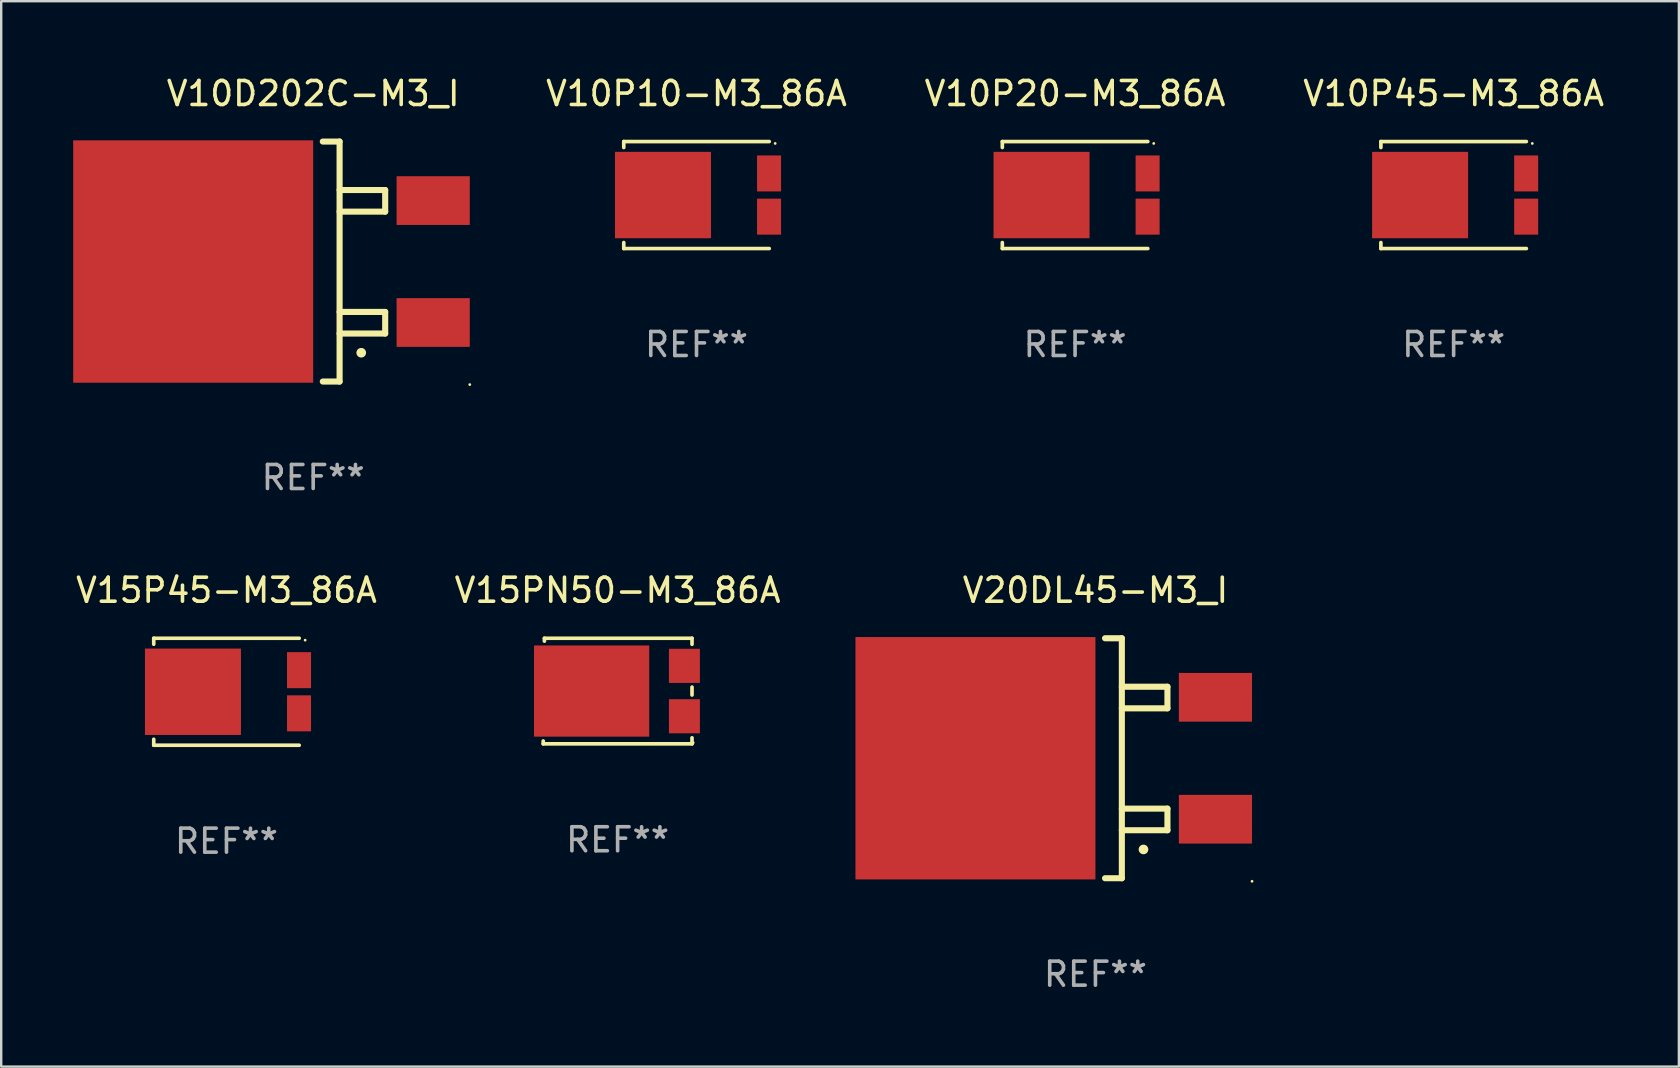
<source format=kicad_pcb>
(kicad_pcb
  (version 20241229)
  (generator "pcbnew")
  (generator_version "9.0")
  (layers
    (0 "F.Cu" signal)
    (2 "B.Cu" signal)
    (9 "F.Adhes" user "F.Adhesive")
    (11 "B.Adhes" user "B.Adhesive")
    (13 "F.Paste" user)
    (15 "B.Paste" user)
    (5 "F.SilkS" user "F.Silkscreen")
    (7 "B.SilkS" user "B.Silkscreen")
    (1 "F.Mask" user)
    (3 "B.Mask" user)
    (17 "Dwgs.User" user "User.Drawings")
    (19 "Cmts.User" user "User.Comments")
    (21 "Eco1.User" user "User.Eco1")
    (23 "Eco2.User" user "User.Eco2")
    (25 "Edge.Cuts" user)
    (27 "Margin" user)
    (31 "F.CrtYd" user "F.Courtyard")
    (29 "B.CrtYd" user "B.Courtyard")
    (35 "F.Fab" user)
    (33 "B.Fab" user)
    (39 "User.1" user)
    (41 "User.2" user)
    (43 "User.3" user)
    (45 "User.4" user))
  (footprint "V10P45-M3_86A"
    (layer "F.Cu")
    (at 57.52 5.077)
    (property "Reference" "V10P45-M3_86A" (at 0 -4.229 0) (layer "F.SilkS") (effects (font (size 1 1) (thickness 0.15))))
    (attr through_hole)
    (fp_line (start -3.031 -2.229) (end -3.031 -1.98) (stroke (width 0.152) (type solid)) (layer "F.SilkS"))
    (fp_line (start -3.031 1.98) (end -3.031 2.229) (stroke (width 0.152) (type solid)) (layer "F.SilkS"))
    (fp_line (start 3.031 -2.229) (end -3.031 -2.229) (stroke (width 0.152) (type solid)) (layer "F.SilkS"))
    (fp_line (start 3.031 2.229) (end -3.031 2.229) (stroke (width 0.152) (type solid)) (layer "F.SilkS"))
    (fp_circle (center 3.278 -2.15) (end 3.308 -2.15) (stroke (width 0.06) (type solid)) (fill no) (layer "F.SilkS"))
    (fp_text user "REF**" (at 0 6.229 0) (layer "F.Fab") (effects (font (size 1 1) (thickness 0.15))))
    (pad "1" smd rect (at 3.023 -0.9) (size 1 1.5) (layers "F.Cu" "F.Mask" "F.Paste"))
    (pad "2" smd rect (at 3.023 0.9) (size 1 1.5) (layers "F.Cu" "F.Mask" "F.Paste"))
    (pad "3" smd rect (at -1.397 0) (size 4 3.6) (layers "F.Cu" "F.Mask" "F.Paste")))
  (footprint "V10D202C-M3_I"
    (layer "F.Cu")
    (at 10 7.848)
    (property "Reference" "V10D202C-M3_I" (at 0 -7 0) (layer "F.SilkS") (effects (font (size 1 1) (thickness 0.15))))
    (attr through_hole)
    (fp_line (start 0.4 -5) (end 1.1 -5) (stroke (width 0.254) (type solid)) (layer "F.SilkS"))
    (fp_line (start 1.1 -5) (end 1.1 5) (stroke (width 0.254) (type solid)) (layer "F.SilkS"))
    (fp_line (start 1.1 -2.08) (end 3 -2.08) (stroke (width 0.254) (type solid)) (layer "F.SilkS"))
    (fp_line (start 1.1 3) (end 3 3) (stroke (width 0.254) (type solid)) (layer "F.SilkS"))
    (fp_line (start 1.1 5) (end 0.4 5) (stroke (width 0.254) (type solid)) (layer "F.SilkS"))
    (fp_line (start 3 -2.98) (end 1.1 -2.98) (stroke (width 0.254) (type solid)) (layer "F.SilkS"))
    (fp_line (start 3 -2.08) (end 3 -2.98) (stroke (width 0.254) (type solid)) (layer "F.SilkS"))
    (fp_line (start 3 2.1) (end 1.1 2.1) (stroke (width 0.254) (type solid)) (layer "F.SilkS"))
    (fp_line (start 3 3) (end 3 2.1) (stroke (width 0.254) (type solid)) (layer "F.SilkS"))
    (fp_arc (start 2.000254 3.799848) (mid 2.001524 3.799844) (end 2.002794 3.799848) (stroke (width 0.4) (type solid)) (layer "F.SilkS"))
    (fp_circle (center 6.525 5.127) (end 6.555 5.127) (stroke (width 0.06) (type solid)) (fill no) (layer "F.SilkS"))
    (fp_text user "REF**" (at 0 9 0) (layer "F.Fab") (effects (font (size 1 1) (thickness 0.15))))
    (pad "1" smd rect (at 5 2.54 270) (size 2.03 3.05) (layers "F.Cu" "F.Mask" "F.Paste"))
    (pad "2" smd rect (at 5 -2.54 270) (size 2.03 3.05) (layers "F.Cu" "F.Mask" "F.Paste"))
    (pad "3" smd rect (at -5 -0.000254 270) (size 10.1 10) (layers "F.Cu" "F.Mask" "F.Paste")))
  (footprint "V20DL45-M3_I"
    (layer "F.Cu")
    (at 42.595 28.545)
    (property "Reference" "V20DL45-M3_I" (at 0 -7 0) (layer "F.SilkS") (effects (font (size 1 1) (thickness 0.15))))
    (attr through_hole)
    (fp_line (start 0.4 -5) (end 1.1 -5) (stroke (width 0.254) (type solid)) (layer "F.SilkS"))
    (fp_line (start 1.1 -5) (end 1.1 5) (stroke (width 0.254) (type solid)) (layer "F.SilkS"))
    (fp_line (start 1.1 -2.08) (end 3 -2.08) (stroke (width 0.254) (type solid)) (layer "F.SilkS"))
    (fp_line (start 1.1 3) (end 3 3) (stroke (width 0.254) (type solid)) (layer "F.SilkS"))
    (fp_line (start 1.1 5) (end 0.4 5) (stroke (width 0.254) (type solid)) (layer "F.SilkS"))
    (fp_line (start 3 -2.98) (end 1.1 -2.98) (stroke (width 0.254) (type solid)) (layer "F.SilkS"))
    (fp_line (start 3 -2.08) (end 3 -2.98) (stroke (width 0.254) (type solid)) (layer "F.SilkS"))
    (fp_line (start 3 2.1) (end 1.1 2.1) (stroke (width 0.254) (type solid)) (layer "F.SilkS"))
    (fp_line (start 3 3) (end 3 2.1) (stroke (width 0.254) (type solid)) (layer "F.SilkS"))
    (fp_arc (start 2.000254 3.799848) (mid 2.001524 3.799844) (end 2.002794 3.799848) (stroke (width 0.4) (type solid)) (layer "F.SilkS"))
    (fp_circle (center 6.525 5.127) (end 6.555 5.127) (stroke (width 0.06) (type solid)) (fill no) (layer "F.SilkS"))
    (fp_text user "REF**" (at 0 9 0) (layer "F.Fab") (effects (font (size 1 1) (thickness 0.15))))
    (pad "1" smd rect (at 5 2.54 270) (size 2.03 3.05) (layers "F.Cu" "F.Mask" "F.Paste"))
    (pad "2" smd rect (at 5 -2.54 270) (size 2.03 3.05) (layers "F.Cu" "F.Mask" "F.Paste"))
    (pad "3" smd rect (at -5 -0.000254 270) (size 10.1 10) (layers "F.Cu" "F.Mask" "F.Paste")))
  (footprint "V10P10-M3_86A"
    (layer "F.Cu")
    (at 25.972 5.077)
    (property "Reference" "V10P10-M3_86A" (at 0 -4.229 0) (layer "F.SilkS") (effects (font (size 1 1) (thickness 0.15))))
    (attr through_hole)
    (fp_line (start -3.031 -2.229) (end -3.031 -1.98) (stroke (width 0.152) (type solid)) (layer "F.SilkS"))
    (fp_line (start -3.031 1.98) (end -3.031 2.229) (stroke (width 0.152) (type solid)) (layer "F.SilkS"))
    (fp_line (start 3.031 -2.229) (end -3.031 -2.229) (stroke (width 0.152) (type solid)) (layer "F.SilkS"))
    (fp_line (start 3.031 2.229) (end -3.031 2.229) (stroke (width 0.152) (type solid)) (layer "F.SilkS"))
    (fp_circle (center 3.278 -2.15) (end 3.308 -2.15) (stroke (width 0.06) (type solid)) (fill no) (layer "F.SilkS"))
    (fp_text user "REF**" (at 0 6.229 0) (layer "F.Fab") (effects (font (size 1 1) (thickness 0.15))))
    (pad "1" smd rect (at 3.023 -0.9) (size 1 1.5) (layers "F.Cu" "F.Mask" "F.Paste"))
    (pad "2" smd rect (at 3.023 0.9) (size 1 1.5) (layers "F.Cu" "F.Mask" "F.Paste"))
    (pad "3" smd rect (at -1.397 0) (size 4 3.6) (layers "F.Cu" "F.Mask" "F.Paste")))
  (footprint "V15PN50-M3_86A"
    (layer "F.Cu")
    (at 22.685 25.745)
    (property "Reference" "V15PN50-M3_86A" (at 0 -4.2 0) (layer "F.SilkS") (effects (font (size 1 1) (thickness 0.15))))
    (attr through_hole)
    (fp_line (start -3.1 2.2) (end -3.099 2.08) (stroke (width 0.152) (type solid)) (layer "F.SilkS"))
    (fp_line (start -3.051 -2.08) (end -3.05 -2.2) (stroke (width 0.152) (type solid)) (layer "F.SilkS"))
    (fp_line (start -3.05 -2.2) (end 3.1 -2.2) (stroke (width 0.152) (type solid)) (layer "F.SilkS"))
    (fp_line (start 3.1 -2.2) (end 3.1 -1.948) (stroke (width 0.152) (type solid)) (layer "F.SilkS"))
    (fp_line (start 3.1 -0.165) (end 3.1 0.165) (stroke (width 0.152) (type solid)) (layer "F.SilkS"))
    (fp_line (start 3.1 1.948) (end 3.1 2.2) (stroke (width 0.152) (type solid)) (layer "F.SilkS"))
    (fp_line (start 3.1 2.2) (end -3.1 2.2) (stroke (width 0.152) (type solid)) (layer "F.SilkS"))
    (fp_circle (center 3.15 2.15) (end 3.18 2.15) (stroke (width 0.06) (type solid)) (fill no) (layer "F.SilkS"))
    (fp_text user "REF**" (at 0 6.2 0) (layer "F.Fab") (effects (font (size 1 1) (thickness 0.15))))
    (pad "1" smd rect (at 2.783 1.05) (size 1.29 1.422) (layers "F.Cu" "F.Mask" "F.Paste"))
    (pad "2" smd rect (at 2.783 -1.05) (size 1.29 1.422) (layers "F.Cu" "F.Mask" "F.Paste"))
    (pad "3" smd rect (at -1.083 -0.000025 90) (size 3.8 4.8) (layers "F.Cu" "F.Mask" "F.Paste")))
  (footprint "V10P20-M3_86A"
    (layer "F.Cu")
    (at 41.746 5.077)
    (property "Reference" "V10P20-M3_86A" (at 0 -4.229 0) (layer "F.SilkS") (effects (font (size 1 1) (thickness 0.15))))
    (attr through_hole)
    (fp_line (start -3.031 -2.229) (end -3.031 -1.98) (stroke (width 0.152) (type solid)) (layer "F.SilkS"))
    (fp_line (start -3.031 1.98) (end -3.031 2.229) (stroke (width 0.152) (type solid)) (layer "F.SilkS"))
    (fp_line (start 3.031 -2.229) (end -3.031 -2.229) (stroke (width 0.152) (type solid)) (layer "F.SilkS"))
    (fp_line (start 3.031 2.229) (end -3.031 2.229) (stroke (width 0.152) (type solid)) (layer "F.SilkS"))
    (fp_circle (center 3.278 -2.15) (end 3.308 -2.15) (stroke (width 0.06) (type solid)) (fill no) (layer "F.SilkS"))
    (fp_text user "REF**" (at 0 6.229 0) (layer "F.Fab") (effects (font (size 1 1) (thickness 0.15))))
    (pad "1" smd rect (at 3.023 -0.9) (size 1 1.5) (layers "F.Cu" "F.Mask" "F.Paste"))
    (pad "2" smd rect (at 3.023 0.9) (size 1 1.5) (layers "F.Cu" "F.Mask" "F.Paste"))
    (pad "3" smd rect (at -1.397 0) (size 4 3.6) (layers "F.Cu" "F.Mask" "F.Paste")))
  (footprint "V15P45-M3_86A"
    (layer "F.Cu")
    (at 6.387 25.774)
    (property "Reference" "V15P45-M3_86A" (at 0 -4.229 0) (layer "F.SilkS") (effects (font (size 1 1) (thickness 0.15))))
    (attr through_hole)
    (fp_line (start -3.031 -2.229) (end -3.031 -1.98) (stroke (width 0.152) (type solid)) (layer "F.SilkS"))
    (fp_line (start -3.031 1.98) (end -3.031 2.229) (stroke (width 0.152) (type solid)) (layer "F.SilkS"))
    (fp_line (start 3.031 -2.229) (end -3.031 -2.229) (stroke (width 0.152) (type solid)) (layer "F.SilkS"))
    (fp_line (start 3.031 2.229) (end -3.031 2.229) (stroke (width 0.152) (type solid)) (layer "F.SilkS"))
    (fp_circle (center 3.278 -2.15) (end 3.308 -2.15) (stroke (width 0.06) (type solid)) (fill no) (layer "F.SilkS"))
    (fp_text user "REF**" (at 0 6.229 0) (layer "F.Fab") (effects (font (size 1 1) (thickness 0.15))))
    (pad "1" smd rect (at 3.023 -0.9) (size 1 1.5) (layers "F.Cu" "F.Mask" "F.Paste"))
    (pad "2" smd rect (at 3.023 0.9) (size 1 1.5) (layers "F.Cu" "F.Mask" "F.Paste"))
    (pad "3" smd rect (at -1.397 0) (size 4 3.6) (layers "F.Cu" "F.Mask" "F.Paste")))
  (gr_rect
    (start -3 -3)
    (end 66.906 41.393)
    (stroke (width 0.1) (type default))
    (fill no)
    (layer "Edge.Cuts")))
</source>
